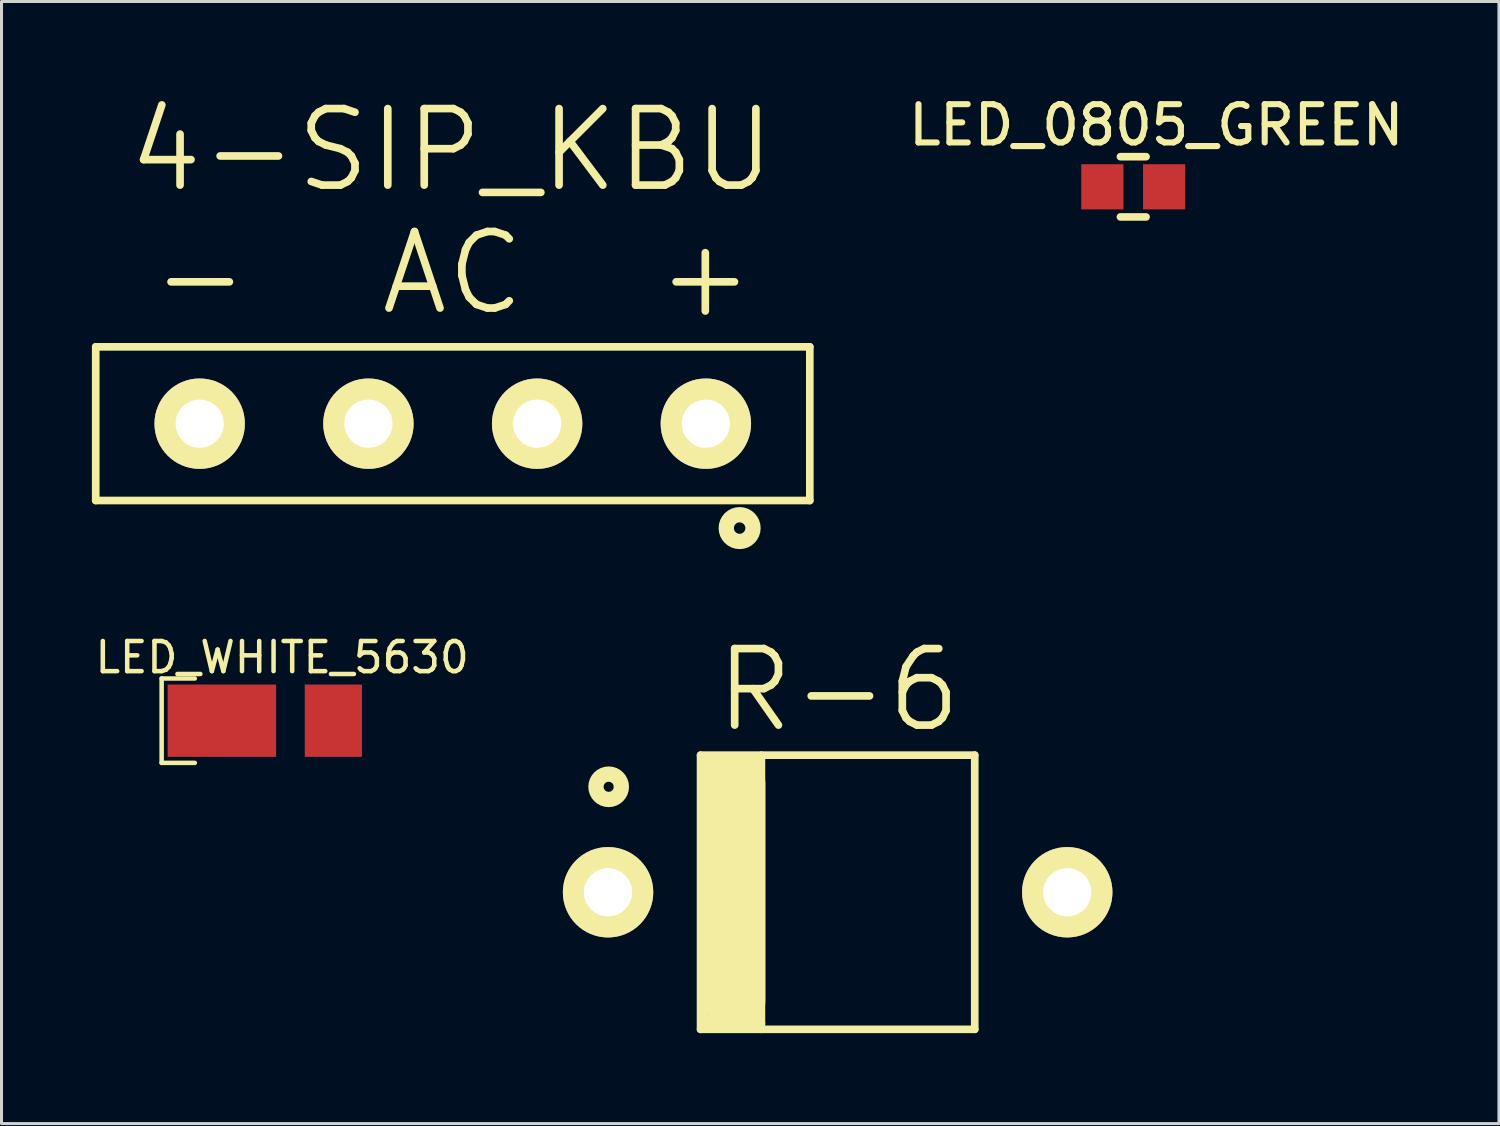
<source format=kicad_pcb>
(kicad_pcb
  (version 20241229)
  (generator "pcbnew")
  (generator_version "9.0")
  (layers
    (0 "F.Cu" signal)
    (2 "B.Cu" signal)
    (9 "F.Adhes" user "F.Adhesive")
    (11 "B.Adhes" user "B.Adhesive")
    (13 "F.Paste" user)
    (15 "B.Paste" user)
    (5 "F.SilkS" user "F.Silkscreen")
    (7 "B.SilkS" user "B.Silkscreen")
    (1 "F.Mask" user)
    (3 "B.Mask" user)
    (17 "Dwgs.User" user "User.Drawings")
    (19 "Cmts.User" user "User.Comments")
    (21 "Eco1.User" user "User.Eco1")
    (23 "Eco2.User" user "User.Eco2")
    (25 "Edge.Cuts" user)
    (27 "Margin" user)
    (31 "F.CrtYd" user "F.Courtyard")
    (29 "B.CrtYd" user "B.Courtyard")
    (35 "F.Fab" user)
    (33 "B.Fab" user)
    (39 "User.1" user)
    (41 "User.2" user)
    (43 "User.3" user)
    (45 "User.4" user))
  (footprint "R-6"
    (layer "F.Cu")
    (at 24.751 26.563)
    (property "Reference" "R-6" (at 0.03 -6.71 0) (layer "F.SilkS") (effects (font (size 2.54 2.54) (thickness 0.254))))
    (attr through_hole)
    (fp_line (start -4.55 -4.55) (end 4.55 -4.55) (stroke (width 0.254) (type solid)) (layer "F.SilkS"))
    (fp_line (start -4.55 4.55) (end -4.55 -4.55) (stroke (width 0.254) (type solid)) (layer "F.SilkS"))
    (fp_line (start -4.55 4.55) (end 4.55 4.55) (stroke (width 0.254) (type solid)) (layer "F.SilkS"))
    (fp_line (start -4.43 4.18) (end -4.41 3.81) (stroke (width 0.254) (type solid)) (layer "F.SilkS"))
    (fp_line (start -4.41 3.81) (end -4.4 -4.38) (stroke (width 0.254) (type solid)) (layer "F.SilkS"))
    (fp_line (start -4.4 -4.38) (end -2.62 -4.37) (stroke (width 0.254) (type solid)) (layer "F.SilkS"))
    (fp_line (start -4.26 -4.14) (end -4.27 -4) (stroke (width 0.254) (type solid)) (layer "F.SilkS"))
    (fp_line (start -4.12 4.18) (end -4.43 4.18) (stroke (width 0.254) (type solid)) (layer "F.SilkS"))
    (fp_line (start -3.4 -3.6) (end -3.4 3.6) (stroke (width 2) (type solid)) (layer "F.SilkS"))
    (fp_line (start -2.62 -4.37) (end -4.26 -4.22) (stroke (width 0.254) (type solid)) (layer "F.SilkS"))
    (fp_line (start -2.53 4.35) (end -4.49 4.35) (stroke (width 0.254) (type solid)) (layer "F.SilkS"))
    (fp_line (start -2.53 4.55) (end -2.53 -4.55) (stroke (width 0.254) (type solid)) (layer "F.SilkS"))
    (fp_line (start 4.55 4.55) (end 4.55 -4.55) (stroke (width 0.254) (type solid)) (layer "F.SilkS"))
    (fp_circle (center -7.6 -3.5) (end -7.44 -3.55) (stroke (width 0.508) (type solid)) (fill no) (layer "F.SilkS"))
    (pad "1" thru_hole circle (at -7.62 0) (size 3 3) (drill 1.6) (layers "*.Cu" "*.Mask" "F.SilkS"))
    (pad "2" thru_hole circle (at 7.62 0) (size 3 3) (drill 1.6) (layers "*.Cu" "*.Mask" "F.SilkS")))
  (footprint "4-SIP_KBU"
    (layer "F.Cu")
    (at 11.977 11.012)
    (property "Reference" "4-SIP_KBU" (at -0.04 -9.08 0) (layer "F.SilkS") (effects (font (size 2.54 2.54) (thickness 0.254))))
    (attr through_hole)
    (fp_line (start -11.85 -2.55) (end -11.85 2.55) (stroke (width 0.254) (type solid)) (layer "F.SilkS"))
    (fp_line (start -11.85 2.55) (end 11.85 2.55) (stroke (width 0.254) (type solid)) (layer "F.SilkS"))
    (fp_line (start 11.85 -2.55) (end -11.85 -2.55) (stroke (width 0.254) (type solid)) (layer "F.SilkS"))
    (fp_line (start 11.85 2.55) (end 11.85 -2.55) (stroke (width 0.254) (type solid)) (layer "F.SilkS"))
    (fp_circle (center 9.521 3.465) (end 9.711 3.465) (stroke (width 0.508) (type solid)) (fill no) (layer "F.SilkS"))
    (fp_text user "AC" (at 0 -5 0) (layer "F.SilkS") (effects (font (size 2.54 2.54) (thickness 0.254))))
    (fp_text user "-" (at -8.382 -4.902 0) (layer "F.SilkS") (effects (font (size 2.54 2.54) (thickness 0.254))))
    (fp_text user "+" (at 8.382 -4.902 0) (layer "F.SilkS") (effects (font (size 2.54 2.54) (thickness 0.254))))
    (pad "1" thru_hole circle (at 8.4 0) (size 3 3) (drill 1.6) (layers "*.Cu" "*.Mask" "F.SilkS"))
    (pad "2" thru_hole circle (at 2.8 0) (size 3 3) (drill 1.6) (layers "*.Cu" "*.Mask" "F.SilkS"))
    (pad "3" thru_hole circle (at -2.8 0) (size 3 3) (drill 1.6) (layers "*.Cu" "*.Mask" "F.SilkS"))
    (pad "4" thru_hole circle (at -8.4 0) (size 3 3) (drill 1.6) (layers "*.Cu" "*.Mask" "F.SilkS")))
  (footprint "LED_0805_GREEN"
    (layer "F.Cu")
    (at 33.536 3.15)
    (property "Reference" "LED_0805_GREEN" (at 1.79 -2.05 0) (layer "F.SilkS") (effects (font (size 1.27 1.27) (thickness 0.203))))
    (attr through_hole)
    (fp_line (start 0.6 -1) (end 1.45 -1) (stroke (width 0.254) (type solid)) (layer "F.SilkS"))
    (fp_line (start 0.6 1) (end 1.45 1) (stroke (width 0.254) (type solid)) (layer "F.SilkS"))
    (pad "1" smd rect (at 0 0) (size 1.4 1.5) (layers "F.Cu" "F.Mask" "F.Paste"))
    (pad "2" smd rect (at 2.05 0) (size 1.4 1.5) (layers "F.Cu" "F.Mask" "F.Paste")))
  (footprint "LED_WHITE_5630"
    (layer "F.Cu")
    (at 5.715 20.869)
    (property "Reference" "LED_WHITE_5630" (at 0.6 -2.1 0) (layer "F.SilkS") (effects (font (size 1 1) (thickness 0.15))))
    (attr through_hole)
    (fp_line (start -3.4 -1.4) (end -3.4 1.4) (stroke (width 0.15) (type solid)) (layer "F.SilkS"))
    (fp_line (start -3.4 1.4) (end -2.3 1.4) (stroke (width 0.15) (type solid)) (layer "F.SilkS"))
    (fp_line (start -2.3 -1.4) (end -3.4 -1.4) (stroke (width 0.15) (type solid)) (layer "F.SilkS"))
    (pad "1" smd rect (at -1.4 0) (size 3.6 2.4) (layers "F.Cu" "F.Mask" "F.Paste"))
    (pad "2" smd rect (at 2.3 0) (size 1.9 2.4) (layers "F.Cu" "F.Mask" "F.Paste")))
  (gr_rect
    (start -3 -3)
    (end 46.699 34.24)
    (stroke (width 0.1) (type default))
    (fill no)
    (layer "Edge.Cuts")))
</source>
